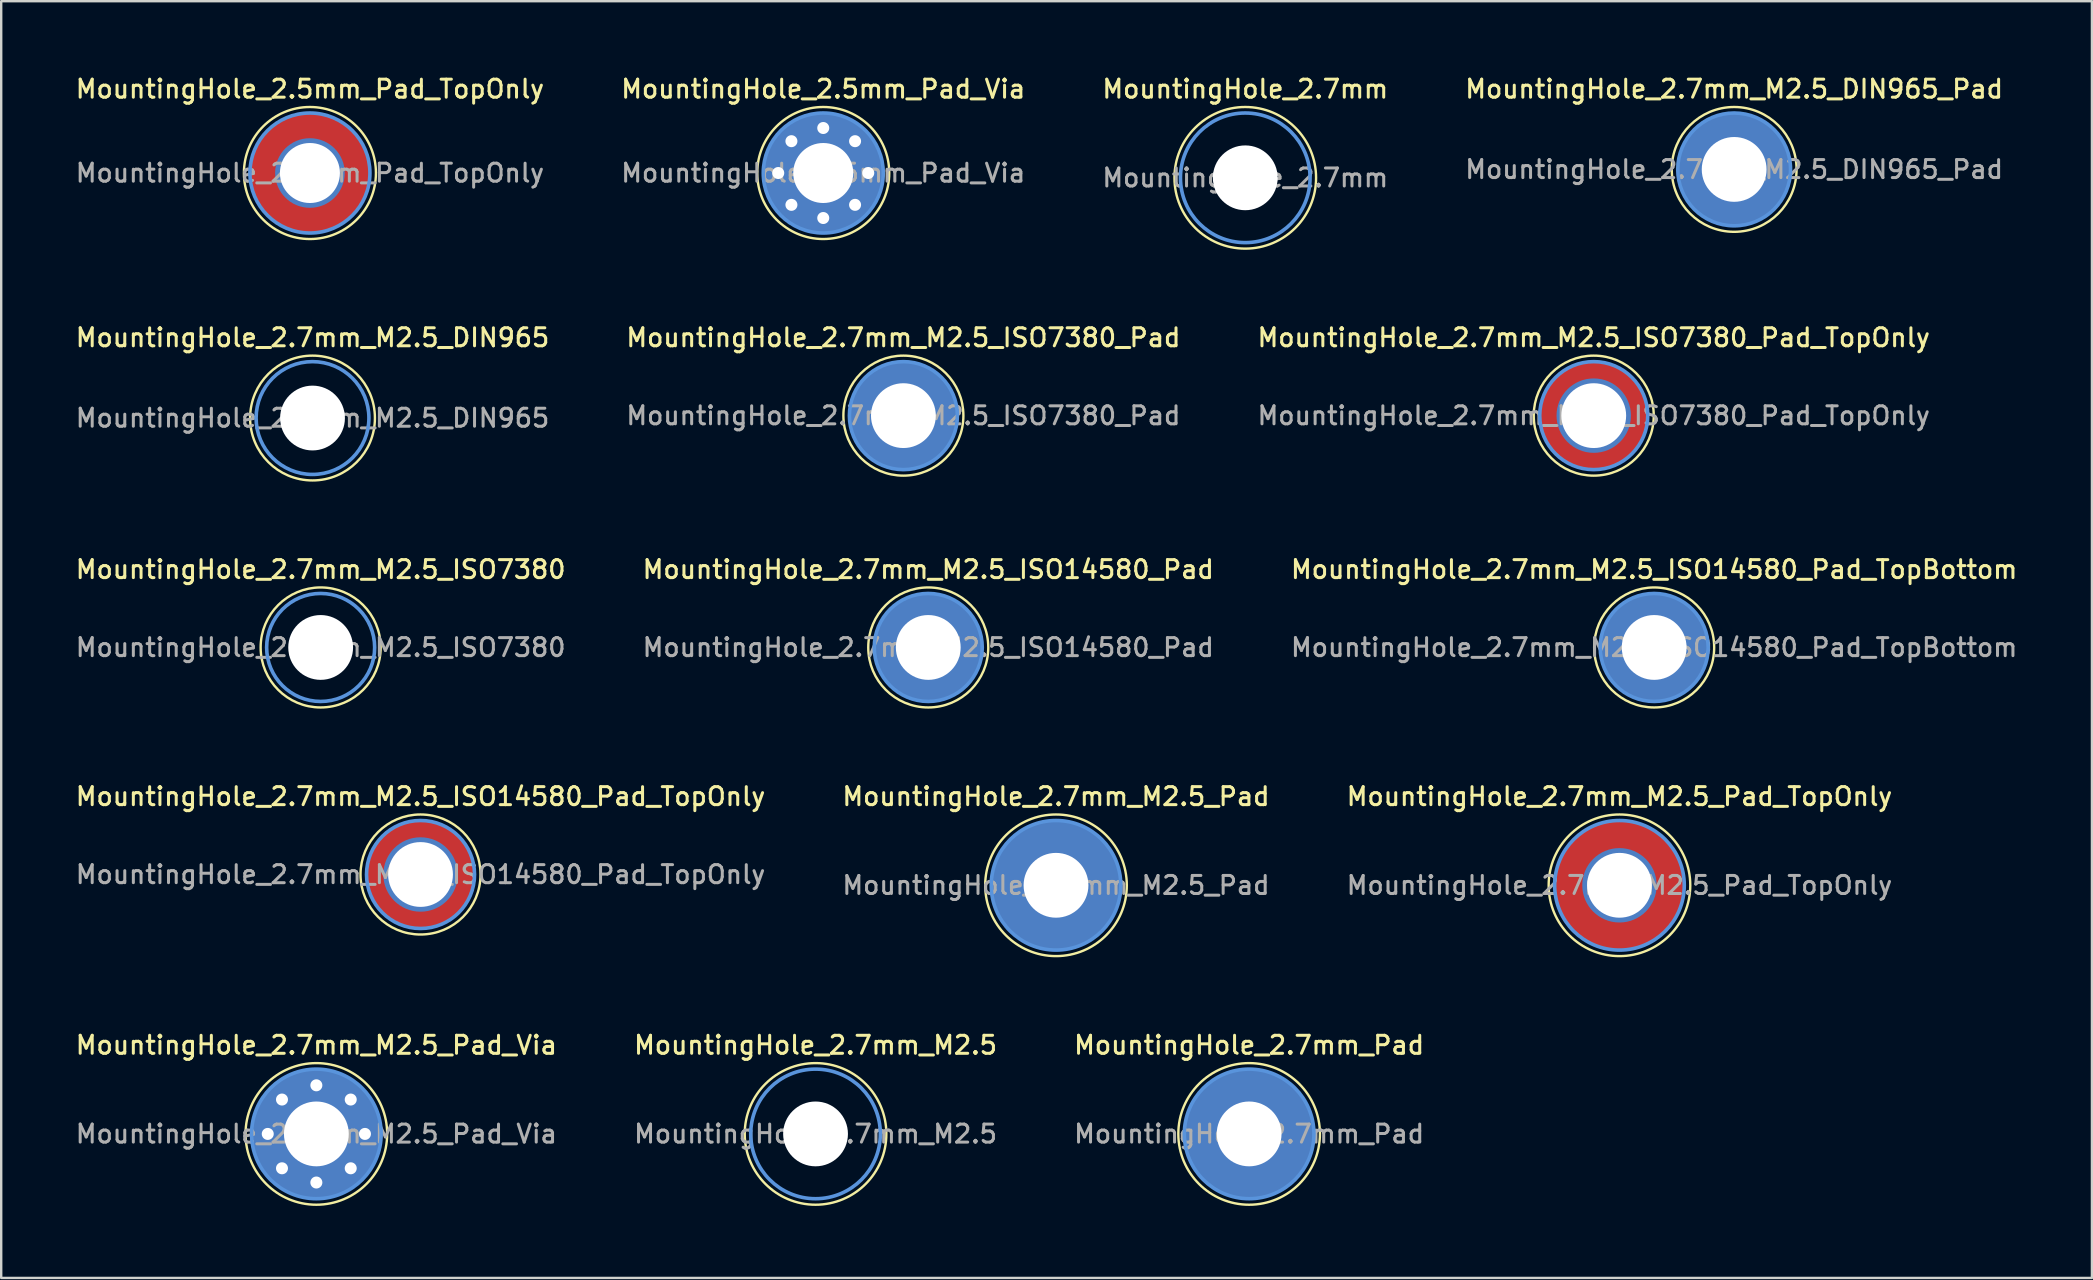
<source format=kicad_pcb>
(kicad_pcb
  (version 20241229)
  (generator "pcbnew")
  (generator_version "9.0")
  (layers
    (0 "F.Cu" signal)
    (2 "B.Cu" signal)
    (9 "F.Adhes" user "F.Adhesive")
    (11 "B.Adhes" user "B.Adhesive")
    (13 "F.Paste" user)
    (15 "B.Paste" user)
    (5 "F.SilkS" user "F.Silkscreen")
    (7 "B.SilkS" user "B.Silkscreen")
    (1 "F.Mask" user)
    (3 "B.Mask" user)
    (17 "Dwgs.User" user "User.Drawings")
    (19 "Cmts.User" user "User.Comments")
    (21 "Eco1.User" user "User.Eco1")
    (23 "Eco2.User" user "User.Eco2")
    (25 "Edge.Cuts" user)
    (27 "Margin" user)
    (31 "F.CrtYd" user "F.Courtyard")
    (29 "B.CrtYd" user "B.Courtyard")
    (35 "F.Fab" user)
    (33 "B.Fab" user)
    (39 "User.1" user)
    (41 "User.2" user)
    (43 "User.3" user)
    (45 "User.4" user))
  (footprint "MountingHole_2.7mm_M2.5_DIN965"
    (layer "F.Cu")
    (at 9.97 14.366)
    (property "Reference" "MountingHole_2.7mm_M2.5_DIN965" (at 0 -3.35 0) (layer "F.SilkS") (effects (font (size 0.75 0.75) (thickness 0.125))))
    (attr exclude_from_pos_files exclude_from_bom)
    (fp_circle (center 0 0) (end 2.6 0) (stroke (width 0.1) (type solid)) (fill no) (layer "F.SilkS"))
    (fp_circle (center 0 0) (end 2.35 0) (stroke (width 0.15) (type solid)) (fill no) (layer "Cmts.User"))
    (fp_text user "${REFERENCE}" (at 0 0 0) (layer "F.Fab") (effects (font (size 0.75 0.75) (thickness 0.125))))
    (pad "" np_thru_hole circle (at 0 0) (size 2.7 2.7) (drill 2.7) (layers "*.Cu" "*.Mask")))
  (footprint "MountingHole_2.7mm_M2.5_ISO14580_Pad_TopBottom"
    (layer "F.Cu")
    (at 65.866 23.924)
    (property "Reference" "MountingHole_2.7mm_M2.5_ISO14580_Pad_TopBottom" (at 0 -3.25 0) (layer "F.SilkS") (effects (font (size 0.75 0.75) (thickness 0.125))))
    (attr exclude_from_pos_files exclude_from_bom)
    (fp_circle (center 0 0) (end 2.5 0) (stroke (width 0.1) (type solid)) (fill no) (layer "F.SilkS"))
    (fp_circle (center 0 0) (end 2.25 0) (stroke (width 0.15) (type solid)) (fill no) (layer "Cmts.User"))
    (fp_text user "${REFERENCE}" (at 0 0 0) (layer "F.Fab") (effects (font (size 0.75 0.75) (thickness 0.125))))
    (pad "1" thru_hole circle (at 0 0) (size 3.1 3.1) (drill 2.7) (layers "*.Cu" "*.Mask"))
    (pad "1" connect circle (at 0 0) (size 4.5 4.5) (layers "F.Cu" "F.Mask"))
    (pad "1" connect circle (at 0 0) (size 4.5 4.5) (layers "B.Cu" "B.Mask")))
  (footprint "MountingHole_2.7mm_M2.5_ISO7380_Pad"
    (layer "F.Cu")
    (at 34.587 14.266)
    (property "Reference" "MountingHole_2.7mm_M2.5_ISO7380_Pad" (at 0 -3.25 0) (layer "F.SilkS") (effects (font (size 0.75 0.75) (thickness 0.125))))
    (attr exclude_from_pos_files exclude_from_bom)
    (fp_circle (center 0 0) (end 2.5 0) (stroke (width 0.1) (type solid)) (fill no) (layer "F.SilkS"))
    (fp_circle (center 0 0) (end 2.25 0) (stroke (width 0.15) (type solid)) (fill no) (layer "Cmts.User"))
    (fp_text user "${REFERENCE}" (at 0 0 0) (layer "F.Fab") (effects (font (size 0.75 0.75) (thickness 0.125))))
    (pad "1" thru_hole circle (at 0 0) (size 4.5 4.5) (drill 2.7) (layers "*.Cu" "*.Mask")))
  (footprint "MountingHole_2.5mm_Pad_TopOnly"
    (layer "F.Cu")
    (at 9.862 4.158)
    (property "Reference" "MountingHole_2.5mm_Pad_TopOnly" (at 0 -3.5 0) (layer "F.SilkS") (effects (font (size 0.75 0.75) (thickness 0.125))))
    (attr exclude_from_pos_files exclude_from_bom)
    (fp_circle (center 0 0) (end 2.75 0) (stroke (width 0.1) (type solid)) (fill no) (layer "F.SilkS"))
    (fp_circle (center 0 0) (end 2.5 0) (stroke (width 0.15) (type solid)) (fill no) (layer "Cmts.User"))
    (fp_text user "${REFERENCE}" (at 0 0 0) (layer "F.Fab") (effects (font (size 0.75 0.75) (thickness 0.125))))
    (pad "1" thru_hole circle (at 0 0) (size 2.9 2.9) (drill 2.5) (layers "*.Cu" "*.Mask"))
    (pad "1" connect circle (at 0 0) (size 5 5) (layers "F.Cu" "F.Mask")))
  (footprint "MountingHole_2.7mm_M2.5_ISO14580_Pad"
    (layer "F.Cu")
    (at 35.623 23.924)
    (property "Reference" "MountingHole_2.7mm_M2.5_ISO14580_Pad" (at 0 -3.25 0) (layer "F.SilkS") (effects (font (size 0.75 0.75) (thickness 0.125))))
    (attr exclude_from_pos_files exclude_from_bom)
    (fp_circle (center 0 0) (end 2.5 0) (stroke (width 0.1) (type solid)) (fill no) (layer "F.SilkS"))
    (fp_circle (center 0 0) (end 2.25 0) (stroke (width 0.15) (type solid)) (fill no) (layer "Cmts.User"))
    (fp_text user "${REFERENCE}" (at 0 0 0) (layer "F.Fab") (effects (font (size 0.75 0.75) (thickness 0.125))))
    (pad "1" thru_hole circle (at 0 0) (size 4.5 4.5) (drill 2.7) (layers "*.Cu" "*.Mask")))
  (footprint "MountingHole_2.7mm_M2.5_ISO7380"
    (layer "F.Cu")
    (at 10.309 23.924)
    (property "Reference" "MountingHole_2.7mm_M2.5_ISO7380" (at 0 -3.25 0) (layer "F.SilkS") (effects (font (size 0.75 0.75) (thickness 0.125))))
    (attr exclude_from_pos_files exclude_from_bom)
    (fp_circle (center 0 0) (end 2.5 0) (stroke (width 0.1) (type solid)) (fill no) (layer "F.SilkS"))
    (fp_circle (center 0 0) (end 2.25 0) (stroke (width 0.15) (type solid)) (fill no) (layer "Cmts.User"))
    (fp_text user "${REFERENCE}" (at 0 0 0) (layer "F.Fab") (effects (font (size 0.75 0.75) (thickness 0.125))))
    (pad "" np_thru_hole circle (at 0 0) (size 2.7 2.7) (drill 2.7) (layers "*.Cu" "*.Mask")))
  (footprint "MountingHole_2.7mm_M2.5_Pad_Via"
    (layer "F.Cu")
    (at 10.13 44.191)
    (property "Reference" "MountingHole_2.7mm_M2.5_Pad_Via" (at 0 -3.7 0) (layer "F.SilkS") (effects (font (size 0.75 0.75) (thickness 0.125))))
    (attr exclude_from_pos_files exclude_from_bom)
    (fp_circle (center 0 0) (end 2.95 0) (stroke (width 0.1) (type solid)) (fill no) (layer "F.SilkS"))
    (fp_circle (center 0 0) (end 2.7 0) (stroke (width 0.15) (type solid)) (fill no) (layer "Cmts.User"))
    (fp_text user "${REFERENCE}" (at 0 0 0) (layer "F.Fab") (effects (font (size 0.75 0.75) (thickness 0.125))))
    (pad "1" thru_hole circle (at -2.025 0) (size 0.8 0.8) (drill 0.5) (layers "*.Cu" "*.Mask"))
    (pad "1" thru_hole circle (at -1.432 -1.432) (size 0.8 0.8) (drill 0.5) (layers "*.Cu" "*.Mask"))
    (pad "1" thru_hole circle (at -1.432 1.432) (size 0.8 0.8) (drill 0.5) (layers "*.Cu" "*.Mask"))
    (pad "1" thru_hole circle (at 0 -2.025) (size 0.8 0.8) (drill 0.5) (layers "*.Cu" "*.Mask"))
    (pad "1" thru_hole circle (at 0 0) (size 5.4 5.4) (drill 2.7) (layers "*.Cu" "*.Mask"))
    (pad "1" thru_hole circle (at 0 2.025) (size 0.8 0.8) (drill 0.5) (layers "*.Cu" "*.Mask"))
    (pad "1" thru_hole circle (at 1.432 -1.432) (size 0.8 0.8) (drill 0.5) (layers "*.Cu" "*.Mask"))
    (pad "1" thru_hole circle (at 1.432 1.432) (size 0.8 0.8) (drill 0.5) (layers "*.Cu" "*.Mask"))
    (pad "1" thru_hole circle (at 2.025 0) (size 0.8 0.8) (drill 0.5) (layers "*.Cu" "*.Mask")))
  (footprint "MountingHole_2.7mm_M2.5"
    (layer "F.Cu")
    (at 30.927 44.191)
    (property "Reference" "MountingHole_2.7mm_M2.5" (at 0 -3.7 0) (layer "F.SilkS") (effects (font (size 0.75 0.75) (thickness 0.125))))
    (attr exclude_from_pos_files exclude_from_bom)
    (fp_circle (center 0 0) (end 2.95 0) (stroke (width 0.1) (type solid)) (fill no) (layer "F.SilkS"))
    (fp_circle (center 0 0) (end 2.7 0) (stroke (width 0.15) (type solid)) (fill no) (layer "Cmts.User"))
    (fp_text user "${REFERENCE}" (at 0 0 0) (layer "F.Fab") (effects (font (size 0.75 0.75) (thickness 0.125))))
    (pad "" np_thru_hole circle (at 0 0) (size 2.7 2.7) (drill 2.7) (layers "*.Cu" "*.Mask")))
  (footprint "MountingHole_2.7mm_M2.5_DIN965_Pad"
    (layer "F.Cu")
    (at 69.198 4.008)
    (property "Reference" "MountingHole_2.7mm_M2.5_DIN965_Pad" (at 0 -3.35 0) (layer "F.SilkS") (effects (font (size 0.75 0.75) (thickness 0.125))))
    (attr exclude_from_pos_files exclude_from_bom)
    (fp_circle (center 0 0) (end 2.6 0) (stroke (width 0.1) (type solid)) (fill no) (layer "F.SilkS"))
    (fp_circle (center 0 0) (end 2.35 0) (stroke (width 0.15) (type solid)) (fill no) (layer "Cmts.User"))
    (fp_text user "${REFERENCE}" (at 0 0 0) (layer "F.Fab") (effects (font (size 0.75 0.75) (thickness 0.125))))
    (pad "1" thru_hole circle (at 0 0) (size 4.7 4.7) (drill 2.7) (layers "*.Cu" "*.Mask")))
  (footprint "MountingHole_2.7mm_M2.5_ISO7380_Pad_TopOnly"
    (layer "F.Cu")
    (at 63.348 14.266)
    (property "Reference" "MountingHole_2.7mm_M2.5_ISO7380_Pad_TopOnly" (at 0 -3.25 0) (layer "F.SilkS") (effects (font (size 0.75 0.75) (thickness 0.125))))
    (attr exclude_from_pos_files exclude_from_bom)
    (fp_circle (center 0 0) (end 2.5 0) (stroke (width 0.1) (type solid)) (fill no) (layer "F.SilkS"))
    (fp_circle (center 0 0) (end 2.25 0) (stroke (width 0.15) (type solid)) (fill no) (layer "Cmts.User"))
    (fp_text user "${REFERENCE}" (at 0 0 0) (layer "F.Fab") (effects (font (size 0.75 0.75) (thickness 0.125))))
    (pad "1" thru_hole circle (at 0 0) (size 3.1 3.1) (drill 2.7) (layers "*.Cu" "*.Mask"))
    (pad "1" connect circle (at 0 0) (size 4.5 4.5) (layers "F.Cu" "F.Mask")))
  (footprint "MountingHole_2.7mm"
    (layer "F.Cu")
    (at 48.83 4.358)
    (property "Reference" "MountingHole_2.7mm" (at 0 -3.7 0) (layer "F.SilkS") (effects (font (size 0.75 0.75) (thickness 0.125))))
    (attr exclude_from_pos_files exclude_from_bom)
    (fp_circle (center 0 0) (end 2.95 0) (stroke (width 0.1) (type solid)) (fill no) (layer "F.SilkS"))
    (fp_circle (center 0 0) (end 2.7 0) (stroke (width 0.15) (type solid)) (fill no) (layer "Cmts.User"))
    (fp_text user "${REFERENCE}" (at 0 0 0) (layer "F.Fab") (effects (font (size 0.75 0.75) (thickness 0.125))))
    (pad "" np_thru_hole circle (at 0 0) (size 2.7 2.7) (drill 2.7) (layers "*.Cu" "*.Mask")))
  (footprint "MountingHole_2.7mm_M2.5_ISO14580_Pad_TopOnly"
    (layer "F.Cu")
    (at 14.47 33.383)
    (property "Reference" "MountingHole_2.7mm_M2.5_ISO14580_Pad_TopOnly" (at 0 -3.25 0) (layer "F.SilkS") (effects (font (size 0.75 0.75) (thickness 0.125))))
    (attr exclude_from_pos_files exclude_from_bom)
    (fp_circle (center 0 0) (end 2.5 0) (stroke (width 0.1) (type solid)) (fill no) (layer "F.SilkS"))
    (fp_circle (center 0 0) (end 2.25 0) (stroke (width 0.15) (type solid)) (fill no) (layer "Cmts.User"))
    (fp_text user "${REFERENCE}" (at 0 0 0) (layer "F.Fab") (effects (font (size 0.75 0.75) (thickness 0.125))))
    (pad "1" thru_hole circle (at 0 0) (size 3.1 3.1) (drill 2.7) (layers "*.Cu" "*.Mask"))
    (pad "1" connect circle (at 0 0) (size 4.5 4.5) (layers "F.Cu" "F.Mask")))
  (footprint "MountingHole_2.5mm_Pad_Via"
    (layer "F.Cu")
    (at 31.248 4.158)
    (property "Reference" "MountingHole_2.5mm_Pad_Via" (at 0 -3.5 0) (layer "F.SilkS") (effects (font (size 0.75 0.75) (thickness 0.125))))
    (attr exclude_from_pos_files exclude_from_bom)
    (fp_circle (center 0 0) (end 2.75 0) (stroke (width 0.1) (type solid)) (fill no) (layer "F.SilkS"))
    (fp_circle (center 0 0) (end 2.5 0) (stroke (width 0.15) (type solid)) (fill no) (layer "Cmts.User"))
    (fp_text user "${REFERENCE}" (at 0 0 0) (layer "F.Fab") (effects (font (size 0.75 0.75) (thickness 0.125))))
    (pad "1" thru_hole circle (at -1.875 0) (size 0.8 0.8) (drill 0.5) (layers "*.Cu" "*.Mask"))
    (pad "1" thru_hole circle (at -1.326 -1.326) (size 0.8 0.8) (drill 0.5) (layers "*.Cu" "*.Mask"))
    (pad "1" thru_hole circle (at -1.326 1.326) (size 0.8 0.8) (drill 0.5) (layers "*.Cu" "*.Mask"))
    (pad "1" thru_hole circle (at 0 -1.875) (size 0.8 0.8) (drill 0.5) (layers "*.Cu" "*.Mask"))
    (pad "1" thru_hole circle (at 0 0) (size 5 5) (drill 2.5) (layers "*.Cu" "*.Mask"))
    (pad "1" thru_hole circle (at 0 1.875) (size 0.8 0.8) (drill 0.5) (layers "*.Cu" "*.Mask"))
    (pad "1" thru_hole circle (at 1.326 -1.326) (size 0.8 0.8) (drill 0.5) (layers "*.Cu" "*.Mask"))
    (pad "1" thru_hole circle (at 1.326 1.326) (size 0.8 0.8) (drill 0.5) (layers "*.Cu" "*.Mask"))
    (pad "1" thru_hole circle (at 1.875 0) (size 0.8 0.8) (drill 0.5) (layers "*.Cu" "*.Mask")))
  (footprint "MountingHole_2.7mm_Pad"
    (layer "F.Cu")
    (at 48.991 44.191)
    (property "Reference" "MountingHole_2.7mm_Pad" (at 0 -3.7 0) (layer "F.SilkS") (effects (font (size 0.75 0.75) (thickness 0.125))))
    (attr exclude_from_pos_files exclude_from_bom)
    (fp_circle (center 0 0) (end 2.95 0) (stroke (width 0.1) (type solid)) (fill no) (layer "F.SilkS"))
    (fp_circle (center 0 0) (end 2.7 0) (stroke (width 0.15) (type solid)) (fill no) (layer "Cmts.User"))
    (fp_text user "${REFERENCE}" (at 0 0 0) (layer "F.Fab") (effects (font (size 0.75 0.75) (thickness 0.125))))
    (pad "1" thru_hole circle (at 0 0) (size 5.4 5.4) (drill 2.7) (layers "*.Cu" "*.Mask")))
  (footprint "MountingHole_2.7mm_M2.5_Pad"
    (layer "F.Cu")
    (at 40.945 33.833)
    (property "Reference" "MountingHole_2.7mm_M2.5_Pad" (at 0 -3.7 0) (layer "F.SilkS") (effects (font (size 0.75 0.75) (thickness 0.125))))
    (attr exclude_from_pos_files exclude_from_bom)
    (fp_circle (center 0 0) (end 2.95 0) (stroke (width 0.1) (type solid)) (fill no) (layer "F.SilkS"))
    (fp_circle (center 0 0) (end 2.7 0) (stroke (width 0.15) (type solid)) (fill no) (layer "Cmts.User"))
    (fp_text user "${REFERENCE}" (at 0 0 0) (layer "F.Fab") (effects (font (size 0.75 0.75) (thickness 0.125))))
    (pad "1" thru_hole circle (at 0 0) (size 5.4 5.4) (drill 2.7) (layers "*.Cu" "*.Mask")))
  (footprint "MountingHole_2.7mm_M2.5_Pad_TopOnly"
    (layer "F.Cu")
    (at 64.42 33.833)
    (property "Reference" "MountingHole_2.7mm_M2.5_Pad_TopOnly" (at 0 -3.7 0) (layer "F.SilkS") (effects (font (size 0.75 0.75) (thickness 0.125))))
    (attr exclude_from_pos_files exclude_from_bom)
    (fp_circle (center 0 0) (end 2.95 0) (stroke (width 0.1) (type solid)) (fill no) (layer "F.SilkS"))
    (fp_circle (center 0 0) (end 2.7 0) (stroke (width 0.15) (type solid)) (fill no) (layer "Cmts.User"))
    (fp_text user "${REFERENCE}" (at 0 0 0) (layer "F.Fab") (effects (font (size 0.75 0.75) (thickness 0.125))))
    (pad "1" thru_hole circle (at 0 0) (size 3.1 3.1) (drill 2.7) (layers "*.Cu" "*.Mask"))
    (pad "1" connect circle (at 0 0) (size 5.4 5.4) (layers "F.Cu" "F.Mask")))
  (gr_rect
    (start -3 -3)
    (end 84.104 50.191)
    (stroke (width 0.1) (type default))
    (fill no)
    (layer "Edge.Cuts")))
</source>
